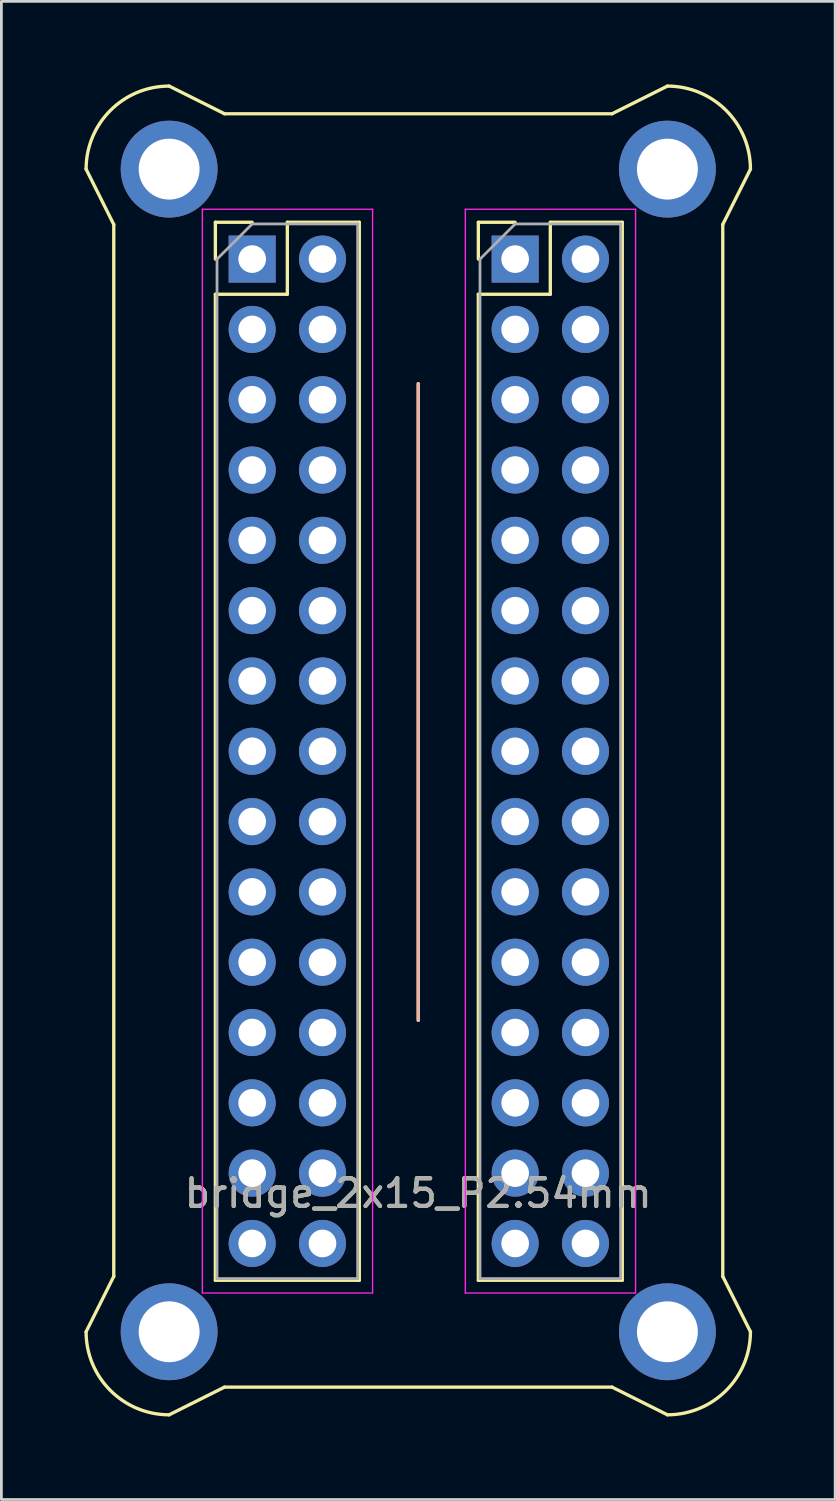
<source format=kicad_pcb>
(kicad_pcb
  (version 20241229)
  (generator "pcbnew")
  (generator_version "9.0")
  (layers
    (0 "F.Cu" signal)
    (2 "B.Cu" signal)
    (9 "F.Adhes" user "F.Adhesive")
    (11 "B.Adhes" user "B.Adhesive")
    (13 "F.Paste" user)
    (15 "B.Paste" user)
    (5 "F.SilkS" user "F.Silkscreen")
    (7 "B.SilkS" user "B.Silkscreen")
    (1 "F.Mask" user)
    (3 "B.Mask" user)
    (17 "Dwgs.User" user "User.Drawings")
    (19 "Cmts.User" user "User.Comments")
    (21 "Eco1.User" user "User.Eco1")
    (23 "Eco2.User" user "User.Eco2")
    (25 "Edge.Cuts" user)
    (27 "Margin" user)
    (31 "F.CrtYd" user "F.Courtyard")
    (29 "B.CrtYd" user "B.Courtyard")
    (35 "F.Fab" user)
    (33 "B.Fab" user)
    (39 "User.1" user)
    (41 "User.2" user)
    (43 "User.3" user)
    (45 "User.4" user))
  (footprint "bridge_2x15_P2.54mm"
    (layer "F.Cu")
    (at 12.06 24.06)
    (property "Reference" "bridge_2x15_P2.54mm" (at 0 16 0) (layer "F.SilkS") (effects (font (size 1 1) (thickness 0.15))))
    (attr through_hole)
    (fp_line (start -12 -21) (end -11 -19) (stroke (width 0.12) (type solid)) (layer "F.SilkS"))
    (fp_line (start -11 -19) (end -11 19) (stroke (width 0.12) (type solid)) (layer "F.SilkS"))
    (fp_line (start -11 19) (end -12 21) (stroke (width 0.12) (type solid)) (layer "F.SilkS"))
    (fp_line (start -9 -24) (end -7 -23) (stroke (width 0.12) (type solid)) (layer "F.SilkS"))
    (fp_line (start -7.33 -19.08) (end -6 -19.08) (stroke (width 0.12) (type solid)) (layer "F.SilkS"))
    (fp_line (start -7.33 -17.75) (end -7.33 -19.08) (stroke (width 0.12) (type solid)) (layer "F.SilkS"))
    (fp_line (start -7.33 -16.48) (end -7.33 19.14) (stroke (width 0.12) (type solid)) (layer "F.SilkS"))
    (fp_line (start -7.33 -16.48) (end -4.73 -16.48) (stroke (width 0.12) (type solid)) (layer "F.SilkS"))
    (fp_line (start -7.33 19.14) (end -2.13 19.14) (stroke (width 0.12) (type solid)) (layer "F.SilkS"))
    (fp_line (start -7 -23) (end 7 -23) (stroke (width 0.12) (type solid)) (layer "F.SilkS"))
    (fp_line (start -7 23) (end -9 24) (stroke (width 0.12) (type solid)) (layer "F.SilkS"))
    (fp_line (start -7 23) (end 7 23) (stroke (width 0.12) (type solid)) (layer "F.SilkS"))
    (fp_line (start -4.73 -19.08) (end -2.13 -19.08) (stroke (width 0.12) (type solid)) (layer "F.SilkS"))
    (fp_line (start -4.73 -16.48) (end -4.73 -19.08) (stroke (width 0.12) (type solid)) (layer "F.SilkS"))
    (fp_line (start -2.13 -19.08) (end -2.13 19.14) (stroke (width 0.12) (type solid)) (layer "F.SilkS"))
    (fp_line (start 0 -13.25) (end 0 9.75) (stroke (width 0.12) (type solid)) (layer "F.SilkS"))
    (fp_line (start 2.17 -19.08) (end 3.5 -19.08) (stroke (width 0.12) (type solid)) (layer "F.SilkS"))
    (fp_line (start 2.17 -17.75) (end 2.17 -19.08) (stroke (width 0.12) (type solid)) (layer "F.SilkS"))
    (fp_line (start 2.17 -16.48) (end 2.17 19.14) (stroke (width 0.12) (type solid)) (layer "F.SilkS"))
    (fp_line (start 2.17 -16.48) (end 4.77 -16.48) (stroke (width 0.12) (type solid)) (layer "F.SilkS"))
    (fp_line (start 2.17 19.14) (end 7.37 19.14) (stroke (width 0.12) (type solid)) (layer "F.SilkS"))
    (fp_line (start 4.77 -19.08) (end 7.37 -19.08) (stroke (width 0.12) (type solid)) (layer "F.SilkS"))
    (fp_line (start 4.77 -16.48) (end 4.77 -19.08) (stroke (width 0.12) (type solid)) (layer "F.SilkS"))
    (fp_line (start 7 -23) (end 9 -24) (stroke (width 0.12) (type solid)) (layer "F.SilkS"))
    (fp_line (start 7 23) (end 9 24) (stroke (width 0.12) (type solid)) (layer "F.SilkS"))
    (fp_line (start 7.37 -19.08) (end 7.37 19.14) (stroke (width 0.12) (type solid)) (layer "F.SilkS"))
    (fp_line (start 11 -19) (end 11 19) (stroke (width 0.12) (type solid)) (layer "F.SilkS"))
    (fp_line (start 11 -19) (end 12 -21) (stroke (width 0.12) (type solid)) (layer "F.SilkS"))
    (fp_line (start 11 19) (end 12 21) (stroke (width 0.12) (type solid)) (layer "F.SilkS"))
    (fp_arc (start -12 -21) (mid -11.12132 -23.12132) (end -9 -24) (stroke (width 0.12) (type solid)) (layer "F.SilkS"))
    (fp_arc (start -9 24) (mid -11.12132 23.12132) (end -12 21) (stroke (width 0.12) (type solid)) (layer "F.SilkS"))
    (fp_arc (start 9 -24) (mid 11.12132 -23.12132) (end 12 -21) (stroke (width 0.12) (type solid)) (layer "F.SilkS"))
    (fp_arc (start 12 21) (mid 11.12132 23.12132) (end 9 24) (stroke (width 0.12) (type solid)) (layer "F.SilkS"))
    (fp_line (start 0 -13.25) (end 0 9.75) (stroke (width 0.12) (type solid)) (layer "B.SilkS"))
    (fp_line (start -7.8 -19.55) (end -7.8 19.6) (stroke (width 0.05) (type solid)) (layer "F.CrtYd"))
    (fp_line (start -7.8 19.6) (end -1.65 19.6) (stroke (width 0.05) (type solid)) (layer "F.CrtYd"))
    (fp_line (start -1.65 -19.55) (end -7.8 -19.55) (stroke (width 0.05) (type solid)) (layer "F.CrtYd"))
    (fp_line (start -1.65 19.6) (end -1.65 -19.55) (stroke (width 0.05) (type solid)) (layer "F.CrtYd"))
    (fp_line (start 1.7 -19.55) (end 1.7 19.6) (stroke (width 0.05) (type solid)) (layer "F.CrtYd"))
    (fp_line (start 1.7 19.6) (end 7.85 19.6) (stroke (width 0.05) (type solid)) (layer "F.CrtYd"))
    (fp_line (start 7.85 -19.55) (end 1.7 -19.55) (stroke (width 0.05) (type solid)) (layer "F.CrtYd"))
    (fp_line (start 7.85 19.6) (end 7.85 -19.55) (stroke (width 0.05) (type solid)) (layer "F.CrtYd"))
    (fp_line (start -7.27 -17.75) (end -6 -19.02) (stroke (width 0.1) (type solid)) (layer "F.Fab"))
    (fp_line (start -7.27 19.08) (end -7.27 -17.75) (stroke (width 0.1) (type solid)) (layer "F.Fab"))
    (fp_line (start -6 -19.02) (end -2.19 -19.02) (stroke (width 0.1) (type solid)) (layer "F.Fab"))
    (fp_line (start -2.19 -19.02) (end -2.19 19.08) (stroke (width 0.1) (type solid)) (layer "F.Fab"))
    (fp_line (start -2.19 19.08) (end -7.27 19.08) (stroke (width 0.1) (type solid)) (layer "F.Fab"))
    (fp_line (start 2.23 -17.75) (end 3.5 -19.02) (stroke (width 0.1) (type solid)) (layer "F.Fab"))
    (fp_line (start 2.23 19.08) (end 2.23 -17.75) (stroke (width 0.1) (type solid)) (layer "F.Fab"))
    (fp_line (start 3.5 -19.02) (end 7.31 -19.02) (stroke (width 0.1) (type solid)) (layer "F.Fab"))
    (fp_line (start 7.31 -19.02) (end 7.31 19.08) (stroke (width 0.1) (type solid)) (layer "F.Fab"))
    (fp_line (start 7.31 19.08) (end 2.23 19.08) (stroke (width 0.1) (type solid)) (layer "F.Fab"))
    (fp_text user "${REFERENCE}" (at 0 16 180) (layer "F.Fab") (effects (font (size 1 1) (thickness 0.15))))
    (pad "" thru_hole circle (at -9 -21) (size 3.5 3.5) (drill 2.2) (layers "*.Cu" "*.Mask"))
    (pad "" thru_hole circle (at -9 21) (size 3.5 3.5) (drill 2.2) (layers "*.Cu" "*.Mask"))
    (pad "" thru_hole circle (at 9 -21) (size 3.5 3.5) (drill 2.2) (layers "*.Cu" "*.Mask"))
    (pad "" thru_hole circle (at 9 21) (size 3.5 3.5) (drill 2.2) (layers "*.Cu" "*.Mask"))
    (pad "1" thru_hole rect (at -6 -17.75) (size 1.7 1.7) (drill 1) (layers "*.Cu" "*.Mask"))
    (pad "1" thru_hole rect (at 3.5 -17.75) (size 1.7 1.7) (drill 1) (layers "*.Cu" "*.Mask"))
    (pad "2" thru_hole oval (at -6 -15.21) (size 1.7 1.7) (drill 1) (layers "*.Cu" "*.Mask"))
    (pad "2" thru_hole oval (at 3.5 -15.21) (size 1.7 1.7) (drill 1) (layers "*.Cu" "*.Mask"))
    (pad "3" thru_hole oval (at -6 -12.67) (size 1.7 1.7) (drill 1) (layers "*.Cu" "*.Mask"))
    (pad "3" thru_hole oval (at 3.5 -12.67) (size 1.7 1.7) (drill 1) (layers "*.Cu" "*.Mask"))
    (pad "4" thru_hole oval (at -6 -10.13) (size 1.7 1.7) (drill 1) (layers "*.Cu" "*.Mask"))
    (pad "4" thru_hole oval (at 3.5 -10.13) (size 1.7 1.7) (drill 1) (layers "*.Cu" "*.Mask"))
    (pad "5" thru_hole oval (at -6 -7.59) (size 1.7 1.7) (drill 1) (layers "*.Cu" "*.Mask"))
    (pad "5" thru_hole oval (at 3.5 -7.59) (size 1.7 1.7) (drill 1) (layers "*.Cu" "*.Mask"))
    (pad "6" thru_hole oval (at -6 -5.05) (size 1.7 1.7) (drill 1) (layers "*.Cu" "*.Mask"))
    (pad "6" thru_hole oval (at 3.5 -5.05) (size 1.7 1.7) (drill 1) (layers "*.Cu" "*.Mask"))
    (pad "7" thru_hole oval (at -6 -2.51) (size 1.7 1.7) (drill 1) (layers "*.Cu" "*.Mask"))
    (pad "7" thru_hole oval (at 3.5 -2.51) (size 1.7 1.7) (drill 1) (layers "*.Cu" "*.Mask"))
    (pad "8" thru_hole oval (at -6 0.03) (size 1.7 1.7) (drill 1) (layers "*.Cu" "*.Mask"))
    (pad "8" thru_hole oval (at 3.5 0.03) (size 1.7 1.7) (drill 1) (layers "*.Cu" "*.Mask"))
    (pad "9" thru_hole oval (at -6 2.57) (size 1.7 1.7) (drill 1) (layers "*.Cu" "*.Mask"))
    (pad "9" thru_hole oval (at 3.5 2.57) (size 1.7 1.7) (drill 1) (layers "*.Cu" "*.Mask"))
    (pad "10" thru_hole oval (at -6 5.11) (size 1.7 1.7) (drill 1) (layers "*.Cu" "*.Mask"))
    (pad "10" thru_hole oval (at 3.5 5.11) (size 1.7 1.7) (drill 1) (layers "*.Cu" "*.Mask"))
    (pad "11" thru_hole oval (at -6 7.65) (size 1.7 1.7) (drill 1) (layers "*.Cu" "*.Mask"))
    (pad "11" thru_hole oval (at 3.5 7.65) (size 1.7 1.7) (drill 1) (layers "*.Cu" "*.Mask"))
    (pad "12" thru_hole oval (at -6 10.19) (size 1.7 1.7) (drill 1) (layers "*.Cu" "*.Mask"))
    (pad "12" thru_hole oval (at 3.5 10.19) (size 1.7 1.7) (drill 1) (layers "*.Cu" "*.Mask"))
    (pad "13" thru_hole oval (at -6 12.73) (size 1.7 1.7) (drill 1) (layers "*.Cu" "*.Mask"))
    (pad "13" thru_hole oval (at 3.5 12.73) (size 1.7 1.7) (drill 1) (layers "*.Cu" "*.Mask"))
    (pad "14" thru_hole oval (at -6 15.27) (size 1.7 1.7) (drill 1) (layers "*.Cu" "*.Mask"))
    (pad "14" thru_hole oval (at 3.5 15.27) (size 1.7 1.7) (drill 1) (layers "*.Cu" "*.Mask"))
    (pad "15" thru_hole oval (at -6 17.81) (size 1.7 1.7) (drill 1) (layers "*.Cu" "*.Mask"))
    (pad "15" thru_hole oval (at 3.5 17.81) (size 1.7 1.7) (drill 1) (layers "*.Cu" "*.Mask"))
    (pad "16" thru_hole oval (at -3.46 17.81) (size 1.7 1.7) (drill 1) (layers "*.Cu" "*.Mask"))
    (pad "16" thru_hole oval (at 6.04 17.81) (size 1.7 1.7) (drill 1) (layers "*.Cu" "*.Mask"))
    (pad "17" thru_hole oval (at -3.46 15.27) (size 1.7 1.7) (drill 1) (layers "*.Cu" "*.Mask"))
    (pad "17" thru_hole oval (at 6.04 15.27) (size 1.7 1.7) (drill 1) (layers "*.Cu" "*.Mask"))
    (pad "18" thru_hole oval (at -3.46 12.73) (size 1.7 1.7) (drill 1) (layers "*.Cu" "*.Mask"))
    (pad "18" thru_hole oval (at 6.04 12.73) (size 1.7 1.7) (drill 1) (layers "*.Cu" "*.Mask"))
    (pad "19" thru_hole oval (at -3.46 10.19) (size 1.7 1.7) (drill 1) (layers "*.Cu" "*.Mask"))
    (pad "19" thru_hole oval (at 6.04 10.19) (size 1.7 1.7) (drill 1) (layers "*.Cu" "*.Mask"))
    (pad "20" thru_hole oval (at -3.46 7.65) (size 1.7 1.7) (drill 1) (layers "*.Cu" "*.Mask"))
    (pad "20" thru_hole oval (at 6.04 7.65) (size 1.7 1.7) (drill 1) (layers "*.Cu" "*.Mask"))
    (pad "21" thru_hole oval (at -3.46 5.11) (size 1.7 1.7) (drill 1) (layers "*.Cu" "*.Mask"))
    (pad "21" thru_hole oval (at 6.04 5.11) (size 1.7 1.7) (drill 1) (layers "*.Cu" "*.Mask"))
    (pad "22" thru_hole oval (at -3.46 2.57) (size 1.7 1.7) (drill 1) (layers "*.Cu" "*.Mask"))
    (pad "22" thru_hole oval (at 6.04 2.57) (size 1.7 1.7) (drill 1) (layers "*.Cu" "*.Mask"))
    (pad "23" thru_hole oval (at -3.46 0.03) (size 1.7 1.7) (drill 1) (layers "*.Cu" "*.Mask"))
    (pad "23" thru_hole oval (at 6.04 0.03) (size 1.7 1.7) (drill 1) (layers "*.Cu" "*.Mask"))
    (pad "24" thru_hole oval (at -3.46 -2.51) (size 1.7 1.7) (drill 1) (layers "*.Cu" "*.Mask"))
    (pad "24" thru_hole oval (at 6.04 -2.51) (size 1.7 1.7) (drill 1) (layers "*.Cu" "*.Mask"))
    (pad "25" thru_hole oval (at -3.46 -5.05) (size 1.7 1.7) (drill 1) (layers "*.Cu" "*.Mask"))
    (pad "25" thru_hole oval (at 6.04 -5.05) (size 1.7 1.7) (drill 1) (layers "*.Cu" "*.Mask"))
    (pad "26" thru_hole oval (at -3.46 -7.59) (size 1.7 1.7) (drill 1) (layers "*.Cu" "*.Mask"))
    (pad "26" thru_hole oval (at 6.04 -7.59) (size 1.7 1.7) (drill 1) (layers "*.Cu" "*.Mask"))
    (pad "27" thru_hole oval (at -3.46 -10.13) (size 1.7 1.7) (drill 1) (layers "*.Cu" "*.Mask"))
    (pad "27" thru_hole oval (at 6.04 -10.13) (size 1.7 1.7) (drill 1) (layers "*.Cu" "*.Mask"))
    (pad "28" thru_hole oval (at -3.46 -12.67) (size 1.7 1.7) (drill 1) (layers "*.Cu" "*.Mask"))
    (pad "28" thru_hole oval (at 6.04 -12.67) (size 1.7 1.7) (drill 1) (layers "*.Cu" "*.Mask"))
    (pad "29" thru_hole oval (at -3.46 -15.21) (size 1.7 1.7) (drill 1) (layers "*.Cu" "*.Mask"))
    (pad "29" thru_hole oval (at 6.04 -15.21) (size 1.7 1.7) (drill 1) (layers "*.Cu" "*.Mask"))
    (pad "30" thru_hole oval (at -3.46 -17.75) (size 1.7 1.7) (drill 1) (layers "*.Cu" "*.Mask"))
    (pad "30" thru_hole oval (at 6.04 -17.75) (size 1.7 1.7) (drill 1) (layers "*.Cu" "*.Mask")))
  (gr_rect
    (start -3 -3)
    (end 27.12 51.12)
    (stroke (width 0.1) (type default))
    (fill no)
    (layer "Edge.Cuts")))
</source>
